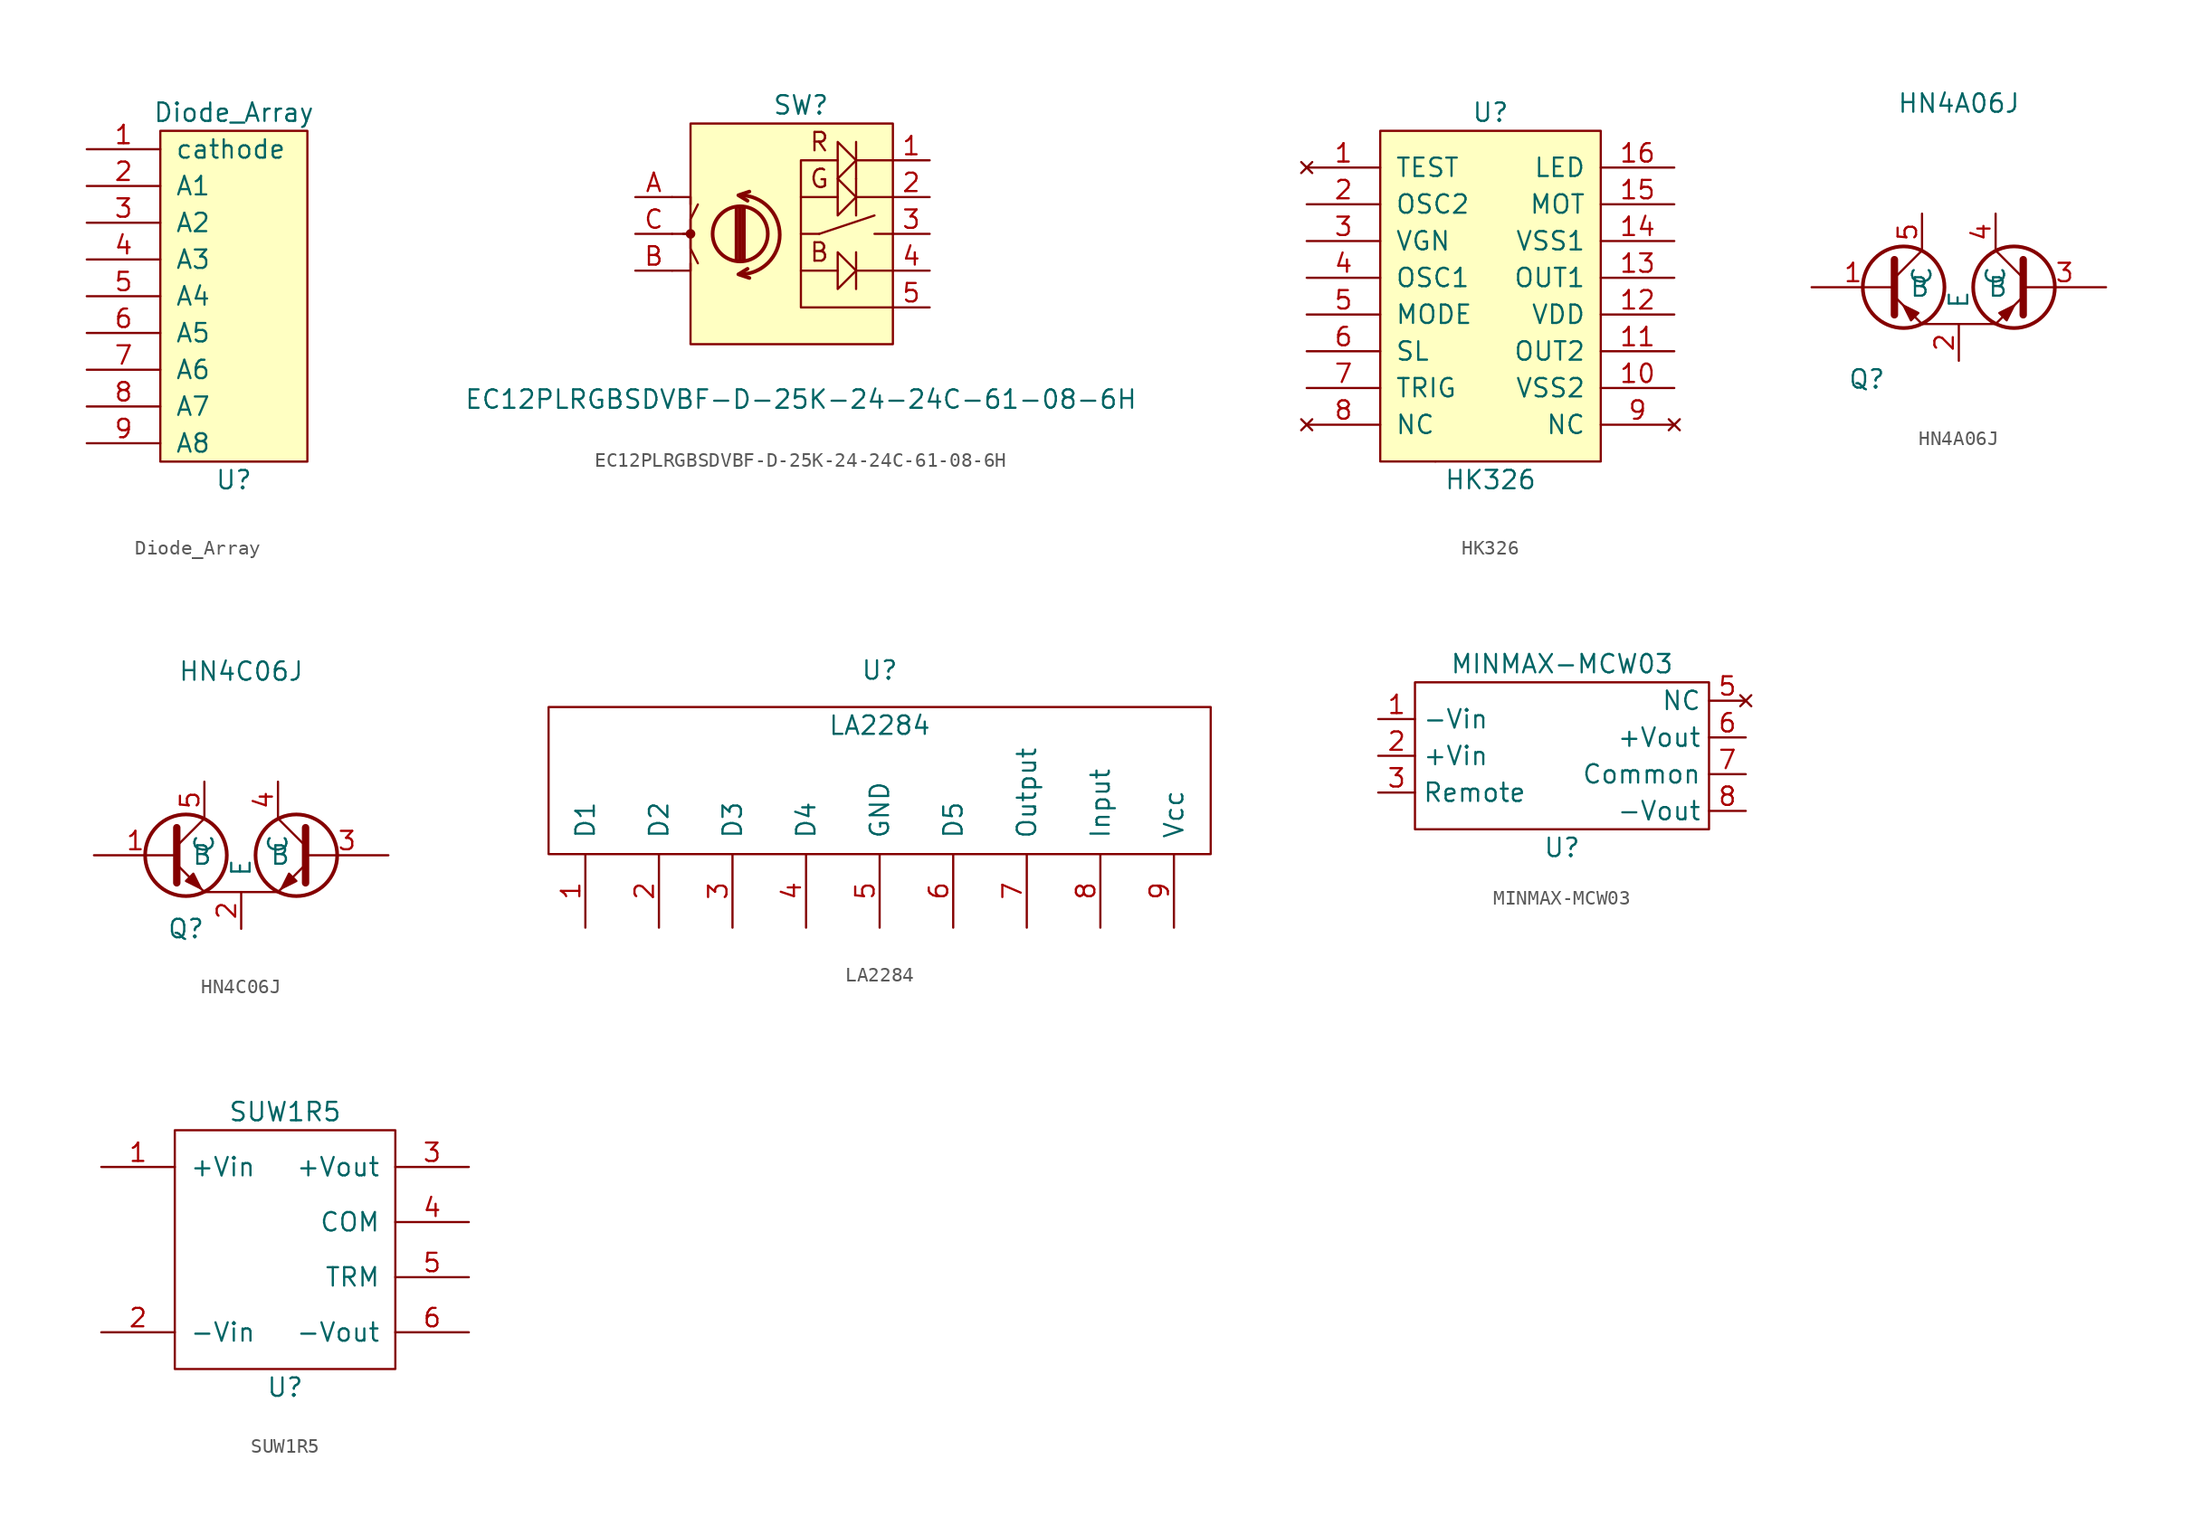
<source format=kicad_sym>
(kicad_symbol_lib
  (version 20211014)
  (generator kicad_symbol_editor)
  (symbol "Diode_Array"
    (pin_names
      (offset 1.016))
    (property "Reference" "U"
      (at 5.08 -12.7 0)
      (effects (font (size 1.27 1.27))))
    (property "Value" "Diode_Array"
      (at 5.08 12.7 0)
      (effects (font (size 1.27 1.27))))
    (symbol "Diode_Array_0_1"
      (rectangle (start 0 11.43) (end 10.16 -11.43) (stroke (width 0) (type default) (color 0 0 0 0)) (fill (type background))))
    (symbol "Diode_Array_1_1"
      (pin output line (at -5.08 10.16 0) (length 5.08) (name "cathode" (effects (font (size 1.27 1.27)))) (number "1" (effects (font (size 1.27 1.27)))))
      (pin input line (at -5.08 7.62 0) (length 5.08) (name "A1" (effects (font (size 1.27 1.27)))) (number "2" (effects (font (size 1.27 1.27)))))
      (pin input line (at -5.08 5.08 0) (length 5.08) (name "A2" (effects (font (size 1.27 1.27)))) (number "3" (effects (font (size 1.27 1.27)))))
      (pin input line (at -5.08 2.54 0) (length 5.08) (name "A3" (effects (font (size 1.27 1.27)))) (number "4" (effects (font (size 1.27 1.27)))))
      (pin input line (at -5.08 0 0) (length 5.08) (name "A4" (effects (font (size 1.27 1.27)))) (number "5" (effects (font (size 1.27 1.27)))))
      (pin input line (at -5.08 -2.54 0) (length 5.08) (name "A5" (effects (font (size 1.27 1.27)))) (number "6" (effects (font (size 1.27 1.27)))))
      (pin input line (at -5.08 -5.08 0) (length 5.08) (name "A6" (effects (font (size 1.27 1.27)))) (number "7" (effects (font (size 1.27 1.27)))))
      (pin input line (at -5.08 -7.62 0) (length 5.08) (name "A7" (effects (font (size 1.27 1.27)))) (number "8" (effects (font (size 1.27 1.27)))))
      (pin input line (at -5.08 -10.16 0) (length 5.08) (name "A8" (effects (font (size 1.27 1.27)))) (number "9" (effects (font (size 1.27 1.27)))))))
  (symbol "EC12PLRGBSDVBF-D-25K-24-24C-61-08-6H"
    (pin_names
      (offset 0.254) hide)
    (property "Reference" "SW"
      (at 0 8.89 0)
      (effects (font (size 1.27 1.27))))
    (property "Value" "EC12PLRGBSDVBF-D-25K-24-24C-61-08-6H"
      (at 0 -11.43 0)
      (effects (font (size 1.27 1.27))))
    (symbol "EC12PLRGBSDVBF-D-25K-24-24C-61-08-6H_0_0"
      (text "B" (at 1.27 -1.27 0) (effects (font (size 1.27 1.27))))
      (text "G" (at 1.27 3.81 0) (effects (font (size 1.27 1.27))))
      (text "R" (at 1.27 6.35 0) (effects (font (size 1.27 1.27)))))
    (symbol "EC12PLRGBSDVBF-D-25K-24-24C-61-08-6H_0_1"
      (circle (center -7.62 0) (radius 0.254) (stroke (width 0) (type default) (color 0 0 0 0)) (fill (type outline)))
      (rectangle (start -7.62 7.62) (end 6.35 -7.62) (stroke (width 0) (type default) (color 0 0 0 0)) (fill (type background)))
      (arc (start -4.191 -2.794) (mid -1.4478 -0.0508) (end -4.191 2.667) (stroke (width 0.254) (type default) (color 0 0 0 0)) (fill (type none)))
      (circle (center -4.191 0) (radius 1.905) (stroke (width 0.254) (type default) (color 0 0 0 0)) (fill (type none)))
      (polyline (pts (xy -4.445 -1.778) (xy -4.445 1.778)) (stroke (width 0.254) (type default) (color 0 0 0 0)) (fill (type none)))
      (polyline (pts (xy -4.191 -1.778) (xy -4.191 1.778)) (stroke (width 0.254) (type default) (color 0 0 0 0)) (fill (type none)))
      (polyline (pts (xy -3.937 1.778) (xy -3.937 -1.778)) (stroke (width 0.254) (type default) (color 0 0 0 0)) (fill (type none)))
      (polyline (pts (xy 1.27 0) (xy 0 0)) (stroke (width 0) (type default) (color 0 0 0 0)) (fill (type none)))
      (polyline (pts (xy 2.54 -2.54) (xy 0 -2.54)) (stroke (width 0) (type default) (color 0 0 0 0)) (fill (type none)))
      (polyline (pts (xy 2.54 2.54) (xy 0 2.54)) (stroke (width 0) (type default) (color 0 0 0 0)) (fill (type none)))
      (polyline (pts (xy 3.81 -1.27) (xy 3.81 -3.81)) (stroke (width 0) (type default) (color 0 0 0 0)) (fill (type none)))
      (polyline (pts (xy 3.81 3.81) (xy 3.81 1.27)) (stroke (width 0) (type default) (color 0 0 0 0)) (fill (type none)))
      (polyline (pts (xy 5.08 1.27) (xy 1.27 0)) (stroke (width 0) (type default) (color 0 0 0 0)) (fill (type none)))
      (polyline (pts (xy 6.35 -2.54) (xy 3.81 -2.54)) (stroke (width 0) (type default) (color 0 0 0 0)) (fill (type none)))
      (polyline (pts (xy 6.35 0) (xy 5.08 0)) (stroke (width 0) (type default) (color 0 0 0 0)) (fill (type none)))
      (polyline (pts (xy 6.35 2.54) (xy 3.81 2.54)) (stroke (width 0) (type default) (color 0 0 0 0)) (fill (type none)))
      (polyline (pts (xy 6.35 5.08) (xy 3.81 5.08)) (stroke (width 0) (type default) (color 0 0 0 0)) (fill (type none)))
      (polyline (pts (xy -8.89 -2.54) (xy -7.62 -2.54) (xy -7.62 -2.032)) (stroke (width 0) (type default) (color 0 0 0 0)) (fill (type none)))
      (polyline (pts (xy -8.89 2.54) (xy -7.62 2.54) (xy -7.62 2.032)) (stroke (width 0) (type default) (color 0 0 0 0)) (fill (type none)))
      (polyline (pts (xy -3.556 -3.048) (xy -4.318 -2.794) (xy -3.683 -2.413)) (stroke (width 0.254) (type default) (color 0 0 0 0)) (fill (type none)))
      (polyline (pts (xy -3.556 2.921) (xy -4.318 2.667) (xy -3.683 2.286)) (stroke (width 0.254) (type default) (color 0 0 0 0)) (fill (type none)))
      (polyline (pts (xy 3.81 6.35) (xy 3.81 3.81) (xy 3.81 5.08)) (stroke (width 0) (type default) (color 0 0 0 0)) (fill (type none)))
      (polyline (pts (xy -8.89 0) (xy -7.62 0) (xy -7.62 -1.016) (xy -7.112 -2.032)) (stroke (width 0) (type default) (color 0 0 0 0)) (fill (type none)))
      (polyline (pts (xy -8.128 0) (xy -7.62 0) (xy -7.62 1.016) (xy -7.112 2.032)) (stroke (width 0) (type default) (color 0 0 0 0)) (fill (type none)))
      (polyline (pts (xy 3.81 -2.54) (xy 2.54 -1.27) (xy 2.54 -3.81) (xy 3.81 -2.54)) (stroke (width 0) (type default) (color 0 0 0 0)) (fill (type none)))
      (polyline (pts (xy 3.81 2.54) (xy 2.54 3.81) (xy 2.54 1.27) (xy 3.81 2.54)) (stroke (width 0) (type default) (color 0 0 0 0)) (fill (type none)))
      (polyline (pts (xy 3.81 5.08) (xy 2.54 6.35) (xy 2.54 3.81) (xy 3.81 5.08)) (stroke (width 0) (type default) (color 0 0 0 0)) (fill (type none)))
      (polyline (pts (xy 6.35 -5.08) (xy 1.27 -5.08) (xy 0 -5.08) (xy 0 5.08) (xy 2.54 5.08)) (stroke (width 0) (type default) (color 0 0 0 0)) (fill (type none))))
    (symbol "EC12PLRGBSDVBF-D-25K-24-24C-61-08-6H_1_1"
      (pin passive line (at 8.89 5.08 180) (length 2.54) (name "RED" (effects (font (size 1.27 1.27)))) (number "1" (effects (font (size 1.27 1.27)))))
      (pin passive line (at 8.89 2.54 180) (length 2.54) (name "GREEN" (effects (font (size 1.27 1.27)))) (number "2" (effects (font (size 1.27 1.27)))))
      (pin passive line (at 8.89 0 180) (length 2.54) (name "SW" (effects (font (size 1.27 1.27)))) (number "3" (effects (font (size 1.27 1.27)))))
      (pin passive line (at 8.89 -2.54 180) (length 2.54) (name "BLUE" (effects (font (size 1.27 1.27)))) (number "4" (effects (font (size 1.27 1.27)))))
      (pin passive line (at 8.89 -5.08 180) (length 2.54) (name "ANODE" (effects (font (size 1.27 1.27)))) (number "5" (effects (font (size 1.27 1.27)))))
      (pin passive line (at -11.43 2.54 0) (length 2.54) (name "A" (effects (font (size 1.27 1.27)))) (number "A" (effects (font (size 1.27 1.27)))))
      (pin passive line (at -11.43 -2.54 0) (length 2.54) (name "B" (effects (font (size 1.27 1.27)))) (number "B" (effects (font (size 1.27 1.27)))))
      (pin passive line (at -11.43 0 0) (length 2.54) (name "C" (effects (font (size 1.27 1.27)))) (number "C" (effects (font (size 1.27 1.27)))))))
  (symbol "HK326"
    (pin_names
      (offset 1.016))
    (property "Reference" "U"
      (at 0 12.7 0)
      (effects (font (size 1.27 1.27))))
    (property "Value" "HK326"
      (at 0 -12.7 0)
      (effects (font (size 1.27 1.27))))
    (symbol "HK326_0_1"
      (polyline (pts (xy -3.81 -11.43) (xy -3.81 -11.43)) (stroke (width 0) (type default) (color 0 0 0 0)) (fill (type none)))
      (rectangle (start 7.62 11.43) (end -7.62 -11.43) (stroke (width 0) (type default) (color 0 0 0 0)) (fill (type background))))
    (symbol "HK326_1_1"
      (pin no_connect line (at -12.7 8.89 0) (length 5.08) (name "TEST" (effects (font (size 1.27 1.27)))) (number "1" (effects (font (size 1.27 1.27)))))
      (pin power_in line (at 12.7 -6.35 180) (length 5.08) (name "VSS2" (effects (font (size 1.27 1.27)))) (number "10" (effects (font (size 1.27 1.27)))))
      (pin output line (at 12.7 -3.81 180) (length 5.08) (name "OUT2" (effects (font (size 1.27 1.27)))) (number "11" (effects (font (size 1.27 1.27)))))
      (pin power_in line (at 12.7 -1.27 180) (length 5.08) (name "VDD" (effects (font (size 1.27 1.27)))) (number "12" (effects (font (size 1.27 1.27)))))
      (pin output line (at 12.7 1.27 180) (length 5.08) (name "OUT1" (effects (font (size 1.27 1.27)))) (number "13" (effects (font (size 1.27 1.27)))))
      (pin power_in line (at 12.7 3.81 180) (length 5.08) (name "VSS1" (effects (font (size 1.27 1.27)))) (number "14" (effects (font (size 1.27 1.27)))))
      (pin output line (at 12.7 6.35 180) (length 5.08) (name "MOT" (effects (font (size 1.27 1.27)))) (number "15" (effects (font (size 1.27 1.27)))))
      (pin output line (at 12.7 8.89 180) (length 5.08) (name "LED" (effects (font (size 1.27 1.27)))) (number "16" (effects (font (size 1.27 1.27)))))
      (pin input line (at -12.7 6.35 0) (length 5.08) (name "OSC2" (effects (font (size 1.27 1.27)))) (number "2" (effects (font (size 1.27 1.27)))))
      (pin input line (at -12.7 3.81 0) (length 5.08) (name "VGN" (effects (font (size 1.27 1.27)))) (number "3" (effects (font (size 1.27 1.27)))))
      (pin input line (at -12.7 1.27 0) (length 5.08) (name "OSC1" (effects (font (size 1.27 1.27)))) (number "4" (effects (font (size 1.27 1.27)))))
      (pin input line (at -12.7 -1.27 0) (length 5.08) (name "MODE" (effects (font (size 1.27 1.27)))) (number "5" (effects (font (size 1.27 1.27)))))
      (pin input line (at -12.7 -3.81 0) (length 5.08) (name "SL" (effects (font (size 1.27 1.27)))) (number "6" (effects (font (size 1.27 1.27)))))
      (pin input line (at -12.7 -6.35 0) (length 5.08) (name "TRIG" (effects (font (size 1.27 1.27)))) (number "7" (effects (font (size 1.27 1.27)))))
      (pin no_connect line (at -12.7 -8.89 0) (length 5.08) (name "NC" (effects (font (size 1.27 1.27)))) (number "8" (effects (font (size 1.27 1.27)))))
      (pin no_connect line (at 12.7 -8.89 180) (length 5.08) (name "NC" (effects (font (size 1.27 1.27)))) (number "9" (effects (font (size 1.27 1.27)))))))
  (symbol "HN4A06J"
    (pin_names
      (offset 1.016))
    (property "Reference" "Q"
      (at -6.35 -6.35 0)
      (effects (font (size 1.27 1.27))))
    (property "Value" "HN4A06J"
      (at 0 12.7 0)
      (effects (font (size 1.27 1.27))))
    (symbol "HN4A06J_0_1"
      (polyline (pts (xy 2.54 -2.54) (xy -2.54 -2.54)) (stroke (width 0) (type default) (color 0 0 0 0)) (fill (type none))))
    (symbol "HN4A06J_1_1"
      (circle (center -3.81 0) (radius 2.819) (stroke (width 0.254) (type default) (color 0 0 0 0)) (fill (type none)))
      (polyline (pts (xy -4.445 0.635) (xy -2.54 2.54)) (stroke (width 0) (type default) (color 0 0 0 0)) (fill (type none)))
      (polyline (pts (xy 4.445 0.635) (xy 2.54 2.54)) (stroke (width 0) (type default) (color 0 0 0 0)) (fill (type none)))
      (polyline (pts (xy -4.445 -0.635) (xy -2.54 -2.54) (xy -2.54 -2.54)) (stroke (width 0) (type default) (color 0 0 0 0)) (fill (type none)))
      (polyline (pts (xy -4.445 1.905) (xy -4.445 -1.905) (xy -4.445 -1.905)) (stroke (width 0.508) (type default) (color 0 0 0 0)) (fill (type none)))
      (polyline (pts (xy 4.445 -0.635) (xy 2.54 -2.54) (xy 2.54 -2.54)) (stroke (width 0) (type default) (color 0 0 0 0)) (fill (type none)))
      (polyline (pts (xy 4.445 1.905) (xy 4.445 -1.905) (xy 4.445 -1.905)) (stroke (width 0.508) (type default) (color 0 0 0 0)) (fill (type none)))
      (polyline (pts (xy -2.794 -1.778) (xy -3.302 -2.286) (xy -3.81 -1.27) (xy -2.794 -1.778) (xy -2.794 -1.778)) (stroke (width 0) (type default) (color 0 0 0 0)) (fill (type outline)))
      (polyline (pts (xy 2.794 -1.778) (xy 3.302 -2.286) (xy 3.81 -1.27) (xy 2.794 -1.778) (xy 2.794 -1.778)) (stroke (width 0) (type default) (color 0 0 0 0)) (fill (type outline)))
      (circle (center 3.81 0) (radius 2.819) (stroke (width 0.254) (type default) (color 0 0 0 0)) (fill (type none)))
      (pin input line (at -10.16 0 0) (length 5.715) (name "B" (effects (font (size 1.27 1.27)))) (number "1" (effects (font (size 1.27 1.27)))))
      (pin passive line (at 0 -5.08 90) (length 2.54) (name "E" (effects (font (size 1.27 1.27)))) (number "2" (effects (font (size 1.27 1.27)))))
      (pin input line (at 10.16 0 180) (length 5.715) (name "B" (effects (font (size 1.27 1.27)))) (number "3" (effects (font (size 1.27 1.27)))))
      (pin passive line (at 2.54 5.08 270) (length 2.54) (name "C" (effects (font (size 1.27 1.27)))) (number "4" (effects (font (size 1.27 1.27)))))
      (pin passive line (at -2.54 5.08 270) (length 2.54) (name "C" (effects (font (size 1.27 1.27)))) (number "5" (effects (font (size 1.27 1.27)))))))
  (symbol "HN4C06J"
    (pin_names
      (offset 1.016))
    (property "Reference" "Q"
      (at -3.81 -5.08 0)
      (effects (font (size 1.27 1.27))))
    (property "Value" "HN4C06J"
      (at 0 12.7 0)
      (effects (font (size 1.27 1.27))))
    (symbol "HN4C06J_0_1"
      (polyline (pts (xy 2.54 -2.54) (xy -2.54 -2.54)) (stroke (width 0) (type default) (color 0 0 0 0)) (fill (type none))))
    (symbol "HN4C06J_1_1"
      (circle (center -3.81 0) (radius 2.819) (stroke (width 0.254) (type default) (color 0 0 0 0)) (fill (type none)))
      (polyline (pts (xy -4.445 0.635) (xy -2.54 2.54)) (stroke (width 0) (type default) (color 0 0 0 0)) (fill (type none)))
      (polyline (pts (xy 4.445 0.635) (xy 2.54 2.54)) (stroke (width 0) (type default) (color 0 0 0 0)) (fill (type none)))
      (polyline (pts (xy -4.445 -0.635) (xy -2.54 -2.54) (xy -2.54 -2.54)) (stroke (width 0) (type default) (color 0 0 0 0)) (fill (type none)))
      (polyline (pts (xy -4.445 1.905) (xy -4.445 -1.905) (xy -4.445 -1.905)) (stroke (width 0.508) (type default) (color 0 0 0 0)) (fill (type none)))
      (polyline (pts (xy 4.445 -0.635) (xy 2.54 -2.54) (xy 2.54 -2.54)) (stroke (width 0) (type default) (color 0 0 0 0)) (fill (type none)))
      (polyline (pts (xy 4.445 1.905) (xy 4.445 -1.905) (xy 4.445 -1.905)) (stroke (width 0.508) (type default) (color 0 0 0 0)) (fill (type none)))
      (polyline (pts (xy -3.81 -1.778) (xy -3.302 -1.27) (xy -2.794 -2.286) (xy -3.81 -1.778) (xy -3.81 -1.778)) (stroke (width 0) (type default) (color 0 0 0 0)) (fill (type outline)))
      (polyline (pts (xy 3.81 -1.778) (xy 3.302 -1.27) (xy 2.794 -2.286) (xy 3.81 -1.778) (xy 3.81 -1.778)) (stroke (width 0) (type default) (color 0 0 0 0)) (fill (type outline)))
      (circle (center 3.81 0) (radius 2.819) (stroke (width 0.254) (type default) (color 0 0 0 0)) (fill (type none)))
      (pin passive line (at -10.16 0 0) (length 5.715) (name "B" (effects (font (size 1.27 1.27)))) (number "1" (effects (font (size 1.27 1.27)))))
      (pin passive line (at 0 -5.08 90) (length 2.54) (name "E" (effects (font (size 1.27 1.27)))) (number "2" (effects (font (size 1.27 1.27)))))
      (pin passive line (at 10.16 0 180) (length 5.715) (name "B" (effects (font (size 1.27 1.27)))) (number "3" (effects (font (size 1.27 1.27)))))
      (pin passive line (at 2.54 5.08 270) (length 2.54) (name "C" (effects (font (size 1.27 1.27)))) (number "4" (effects (font (size 1.27 1.27)))))
      (pin passive line (at -2.54 5.08 270) (length 2.54) (name "C" (effects (font (size 1.27 1.27)))) (number "5" (effects (font (size 1.27 1.27)))))))
  (symbol "LA2284"
    (pin_names
      (offset 1.016))
    (property "Reference" "U"
      (at 0 12.7 0)
      (effects (font (size 1.27 1.27))))
    (property "Value" "LA2284"
      (at 0 8.89 0)
      (effects (font (size 1.27 1.27))))
    (symbol "LA2284_0_1"
      (rectangle (start 22.86 0) (end -22.86 10.16) (stroke (width 0) (type default) (color 0 0 0 0)) (fill (type none))))
    (symbol "LA2284_1_1"
      (pin output line (at -20.32 -5.08 90) (length 5.08) (name "D1" (effects (font (size 1.27 1.27)))) (number "1" (effects (font (size 1.27 1.27)))))
      (pin output line (at -15.24 -5.08 90) (length 5.08) (name "D2" (effects (font (size 1.27 1.27)))) (number "2" (effects (font (size 1.27 1.27)))))
      (pin output line (at -10.16 -5.08 90) (length 5.08) (name "D3" (effects (font (size 1.27 1.27)))) (number "3" (effects (font (size 1.27 1.27)))))
      (pin output line (at -5.08 -5.08 90) (length 5.08) (name "D4" (effects (font (size 1.27 1.27)))) (number "4" (effects (font (size 1.27 1.27)))))
      (pin power_in line (at 0 -5.08 90) (length 5.08) (name "GND" (effects (font (size 1.27 1.27)))) (number "5" (effects (font (size 1.27 1.27)))))
      (pin output line (at 5.08 -5.08 90) (length 5.08) (name "D5" (effects (font (size 1.27 1.27)))) (number "6" (effects (font (size 1.27 1.27)))))
      (pin output line (at 10.16 -5.08 90) (length 5.08) (name "Output" (effects (font (size 1.27 1.27)))) (number "7" (effects (font (size 1.27 1.27)))))
      (pin input line (at 15.24 -5.08 90) (length 5.08) (name "Input" (effects (font (size 1.27 1.27)))) (number "8" (effects (font (size 1.27 1.27)))))
      (pin power_in line (at 20.32 -5.08 90) (length 5.08) (name "Vcc" (effects (font (size 1.27 1.27)))) (number "9" (effects (font (size 1.27 1.27)))))))
  (symbol "MINMAX-MCW03"
    (property "Reference" "U"
      (at 0 -6.35 0)
      (effects (font (size 1.27 1.27))))
    (property "Value" "MINMAX-MCW03"
      (at 0 6.35 0)
      (effects (font (size 1.27 1.27))))
    (symbol "MINMAX-MCW03_0_1"
      (rectangle (start -10.16 5.08) (end 10.16 -5.08) (stroke (width 0) (type default) (color 0 0 0 0)) (fill (type none))))
    (symbol "MINMAX-MCW03_1_1"
      (pin input line (at -12.7 2.54 0) (length 2.54) (name "-Vin" (effects (font (size 1.27 1.27)))) (number "1" (effects (font (size 1.27 1.27)))))
      (pin power_in line (at -12.7 0 0) (length 2.54) (name "+Vin" (effects (font (size 1.27 1.27)))) (number "2" (effects (font (size 1.27 1.27)))))
      (pin input line (at -12.7 -2.54 0) (length 2.54) (name "Remote" (effects (font (size 1.27 1.27)))) (number "3" (effects (font (size 1.27 1.27)))))
      (pin no_connect line (at 12.7 3.81 180) (length 2.54) (name "NC" (effects (font (size 1.27 1.27)))) (number "5" (effects (font (size 1.27 1.27)))))
      (pin power_out line (at 12.7 1.27 180) (length 2.54) (name "+Vout" (effects (font (size 1.27 1.27)))) (number "6" (effects (font (size 1.27 1.27)))))
      (pin power_out line (at 12.7 -1.27 180) (length 2.54) (name "Common" (effects (font (size 1.27 1.27)))) (number "7" (effects (font (size 1.27 1.27)))))
      (pin power_out line (at 12.7 -3.81 180) (length 2.54) (name "-Vout" (effects (font (size 1.27 1.27)))) (number "8" (effects (font (size 1.27 1.27)))))))
  (symbol "SUW1R5"
    (pin_names
      (offset 1.016))
    (property "Reference" "U"
      (at 0 -12.7 0)
      (effects (font (size 1.27 1.27))))
    (property "Value" "SUW1R5"
      (at 0 6.35 0)
      (effects (font (size 1.27 1.27))))
    (symbol "SUW1R5_0_1"
      (rectangle (start 7.62 -11.43) (end -7.62 5.08) (stroke (width 0) (type default) (color 0 0 0 0)) (fill (type none))))
    (symbol "SUW1R5_1_1"
      (pin power_in line (at -12.7 2.54 0) (length 5.08) (name "+Vin" (effects (font (size 1.27 1.27)))) (number "1" (effects (font (size 1.27 1.27)))))
      (pin power_in line (at -12.7 -8.89 0) (length 5.08) (name "-Vin" (effects (font (size 1.27 1.27)))) (number "2" (effects (font (size 1.27 1.27)))))
      (pin power_out line (at 12.7 2.54 180) (length 5.08) (name "+Vout" (effects (font (size 1.27 1.27)))) (number "3" (effects (font (size 1.27 1.27)))))
      (pin power_out line (at 12.7 -1.27 180) (length 5.08) (name "COM" (effects (font (size 1.27 1.27)))) (number "4" (effects (font (size 1.27 1.27)))))
      (pin power_out line (at 12.7 -5.08 180) (length 5.08) (name "TRM" (effects (font (size 1.27 1.27)))) (number "5" (effects (font (size 1.27 1.27)))))
      (pin power_out line (at 12.7 -8.89 180) (length 5.08) (name "-Vout" (effects (font (size 1.27 1.27)))) (number "6" (effects (font (size 1.27 1.27))))))))
</source>
